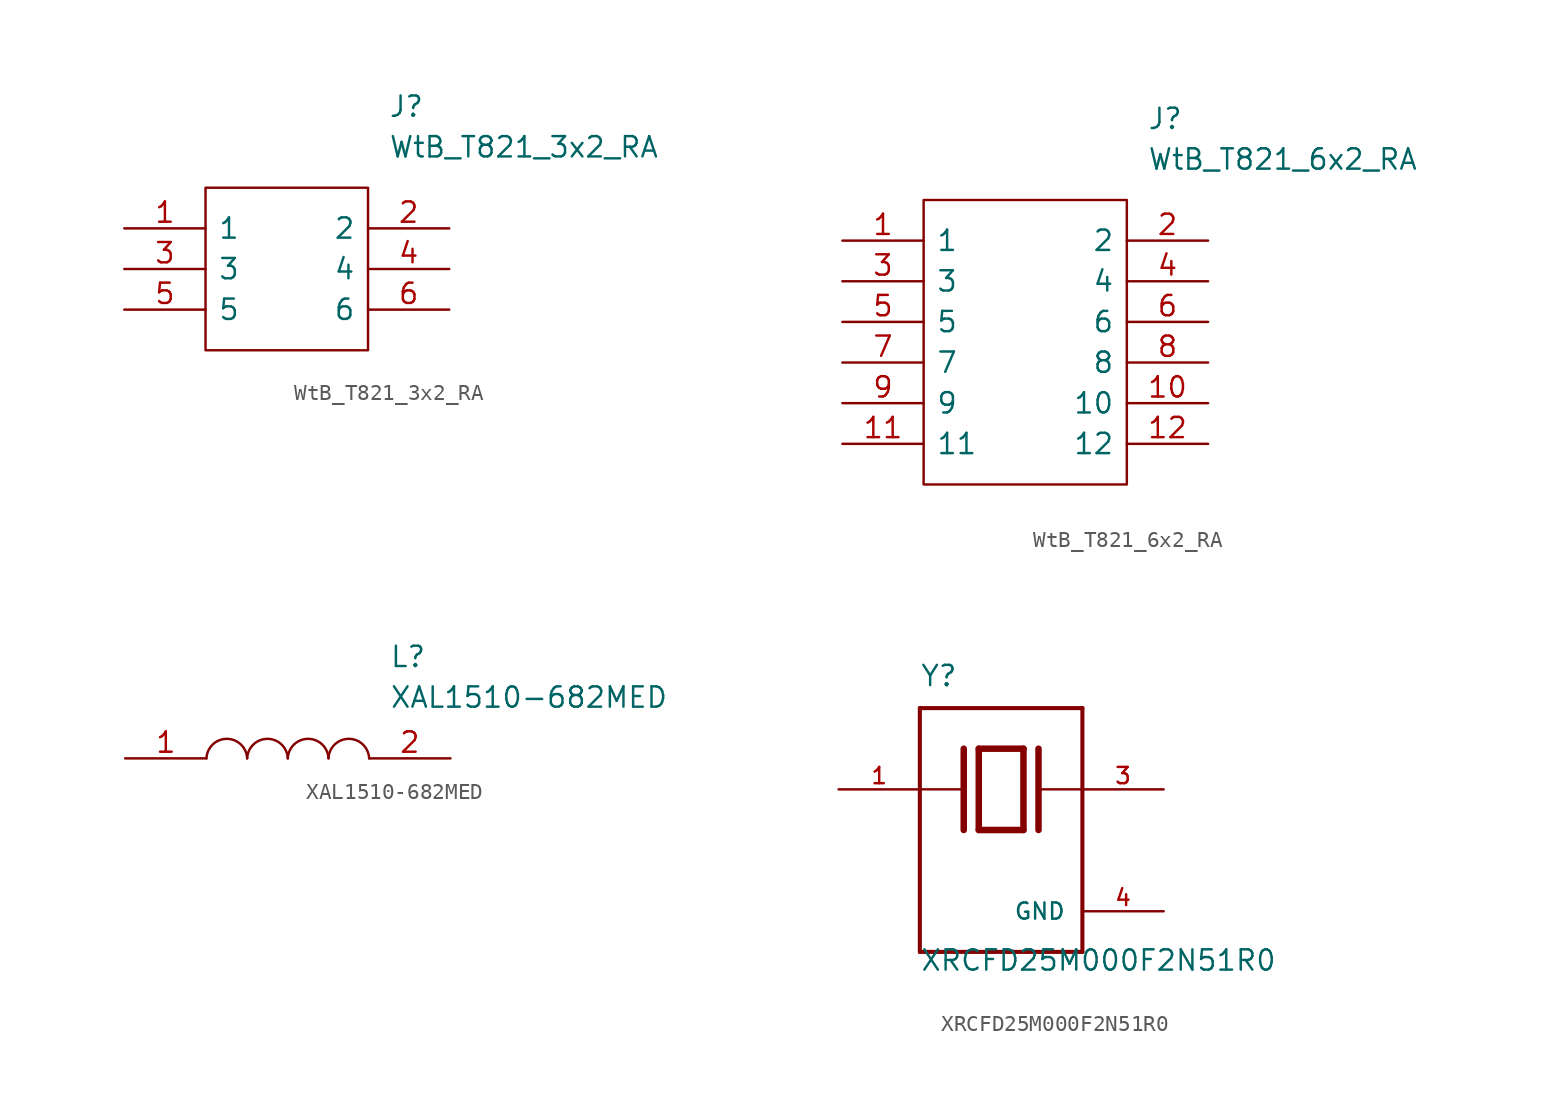
<source format=kicad_sym>
(kicad_symbol_lib
  (version 20220914)
  (generator kicad_symbol_editor)
  (symbol "WtB_T821_3x2_RA"
    (pin_names
      (offset 0.762))
    (property "Reference" "J"
      (at 16.51 7.62 0)
      (effects (font (size 1.27 1.27)) (justify left)))
    (property "Value" "WtB_T821_3x2_RA"
      (at 16.51 5.08 0)
      (effects (font (size 1.27 1.27)) (justify left)))
    (symbol "WtB_T821_3x2_RA_0_0"
      (pin bidirectional line (at 0 0 0) (length 5.08) (name "1" (effects (font (size 1.27 1.27)))) (number "1" (effects (font (size 1.27 1.27)))))
      (pin bidirectional line (at 20.32 0 180) (length 5.08) (name "2" (effects (font (size 1.27 1.27)))) (number "2" (effects (font (size 1.27 1.27)))))
      (pin bidirectional line (at 0 -2.54 0) (length 5.08) (name "3" (effects (font (size 1.27 1.27)))) (number "3" (effects (font (size 1.27 1.27)))))
      (pin bidirectional line (at 20.32 -2.54 180) (length 5.08) (name "4" (effects (font (size 1.27 1.27)))) (number "4" (effects (font (size 1.27 1.27)))))
      (pin bidirectional line (at 0 -5.08 0) (length 5.08) (name "5" (effects (font (size 1.27 1.27)))) (number "5" (effects (font (size 1.27 1.27)))))
      (pin bidirectional line (at 20.32 -5.08 180) (length 5.08) (name "6" (effects (font (size 1.27 1.27)))) (number "6" (effects (font (size 1.27 1.27))))))
    (symbol "WtB_T821_3x2_RA_0_1"
      (polyline (pts (xy 5.08 2.54) (xy 15.24 2.54) (xy 15.24 -7.62) (xy 5.08 -7.62) (xy 5.08 2.54)) (stroke (width 0.152) (type default)) (fill (type none)))))
  (symbol "WtB_T821_6x2_RA"
    (pin_names
      (offset 0.762))
    (property "Reference" "J"
      (at 19.05 7.62 0)
      (effects (font (size 1.27 1.27)) (justify left)))
    (property "Value" "WtB_T821_6x2_RA"
      (at 19.05 5.08 0)
      (effects (font (size 1.27 1.27)) (justify left)))
    (symbol "WtB_T821_6x2_RA_0_0"
      (pin bidirectional line (at 0 0 0) (length 5.08) (name "1" (effects (font (size 1.27 1.27)))) (number "1" (effects (font (size 1.27 1.27)))))
      (pin bidirectional line (at 22.86 -10.16 180) (length 5.08) (name "10" (effects (font (size 1.27 1.27)))) (number "10" (effects (font (size 1.27 1.27)))))
      (pin bidirectional line (at 0 -12.7 0) (length 5.08) (name "11" (effects (font (size 1.27 1.27)))) (number "11" (effects (font (size 1.27 1.27)))))
      (pin bidirectional line (at 22.86 -12.7 180) (length 5.08) (name "12" (effects (font (size 1.27 1.27)))) (number "12" (effects (font (size 1.27 1.27)))))
      (pin bidirectional line (at 22.86 0 180) (length 5.08) (name "2" (effects (font (size 1.27 1.27)))) (number "2" (effects (font (size 1.27 1.27)))))
      (pin bidirectional line (at 0 -2.54 0) (length 5.08) (name "3" (effects (font (size 1.27 1.27)))) (number "3" (effects (font (size 1.27 1.27)))))
      (pin bidirectional line (at 22.86 -2.54 180) (length 5.08) (name "4" (effects (font (size 1.27 1.27)))) (number "4" (effects (font (size 1.27 1.27)))))
      (pin bidirectional line (at 0 -5.08 0) (length 5.08) (name "5" (effects (font (size 1.27 1.27)))) (number "5" (effects (font (size 1.27 1.27)))))
      (pin bidirectional line (at 22.86 -5.08 180) (length 5.08) (name "6" (effects (font (size 1.27 1.27)))) (number "6" (effects (font (size 1.27 1.27)))))
      (pin bidirectional line (at 0 -7.62 0) (length 5.08) (name "7" (effects (font (size 1.27 1.27)))) (number "7" (effects (font (size 1.27 1.27)))))
      (pin bidirectional line (at 22.86 -7.62 180) (length 5.08) (name "8" (effects (font (size 1.27 1.27)))) (number "8" (effects (font (size 1.27 1.27)))))
      (pin bidirectional line (at 0 -10.16 0) (length 5.08) (name "9" (effects (font (size 1.27 1.27)))) (number "9" (effects (font (size 1.27 1.27))))))
    (symbol "WtB_T821_6x2_RA_0_1"
      (polyline (pts (xy 5.08 2.54) (xy 17.78 2.54) (xy 17.78 -15.24) (xy 5.08 -15.24) (xy 5.08 2.54)) (stroke (width 0.152) (type default)) (fill (type none)))))
  (symbol "XAL1510-682MED"
    (pin_names
      (offset 0.762))
    (property "Reference" "L"
      (at 16.51 6.35 0)
      (effects (font (size 1.27 1.27)) (justify left)))
    (property "Value" "XAL1510-682MED"
      (at 16.51 3.81 0)
      (effects (font (size 1.27 1.27)) (justify left)))
    (symbol "XAL1510-682MED_0_0"
      (pin passive line (at 0 0 0) (length 5.08) (name "~" (effects (font (size 1.27 1.27)))) (number "1" (effects (font (size 1.27 1.27)))))
      (pin passive line (at 20.32 0 180) (length 5.08) (name "~" (effects (font (size 1.27 1.27)))) (number "2" (effects (font (size 1.27 1.27))))))
    (symbol "XAL1510-682MED_0_1"
      (arc (start 7.62 0) (mid 6.35 1.2202) (end 5.08 0) (stroke (width 0.1524) (type default)) (fill (type none)))
      (arc (start 10.16 0) (mid 8.89 1.2202) (end 7.62 0) (stroke (width 0.1524) (type default)) (fill (type none)))
      (arc (start 12.7 0) (mid 11.43 1.2202) (end 10.16 0) (stroke (width 0.1524) (type default)) (fill (type none)))
      (arc (start 15.24 0) (mid 13.97 1.2202) (end 12.7 0) (stroke (width 0.1524) (type default)) (fill (type none)))))
  (symbol "XRCFD25M000F2N51R0"
    (pin_names
      (offset 1.016))
    (property "Reference" "Y"
      (at -5.08 8.89 0)
      (effects (font (size 1.27 1.27)) (justify left bottom)))
    (property "Value" "XRCFD25M000F2N51R0"
      (at -5.08 -8.89 0)
      (effects (font (size 1.27 1.27)) (justify left bottom)))
    (property "ki_locked" ""
      (at 0 0 0)
      (effects (font (size 1.27 1.27))))
    (symbol "XRCFD25M000F2N51R0_0_0"
      (polyline (pts (xy -5.08 -7.62) (xy 5.08 -7.62)) (stroke (width 0.254) (type default)) (fill (type none)))
      (polyline (pts (xy -5.08 2.54) (xy -5.08 -7.62)) (stroke (width 0.254) (type default)) (fill (type none)))
      (polyline (pts (xy -5.08 7.62) (xy -5.08 2.54)) (stroke (width 0.254) (type default)) (fill (type none)))
      (polyline (pts (xy -2.54 2.54) (xy -5.08 2.54)) (stroke (width 0.152) (type default)) (fill (type none)))
      (polyline (pts (xy -2.337 5.08) (xy -2.337 0)) (stroke (width 0.406) (type default)) (fill (type none)))
      (polyline (pts (xy -1.397 5.08) (xy -1.397 0)) (stroke (width 0.406) (type default)) (fill (type none)))
      (polyline (pts (xy -1.397 5.08) (xy 1.397 5.08)) (stroke (width 0.406) (type default)) (fill (type none)))
      (polyline (pts (xy 1.397 0) (xy -1.397 0)) (stroke (width 0.406) (type default)) (fill (type none)))
      (polyline (pts (xy 1.397 5.08) (xy 1.397 0)) (stroke (width 0.406) (type default)) (fill (type none)))
      (polyline (pts (xy 2.337 5.08) (xy 2.337 0)) (stroke (width 0.406) (type default)) (fill (type none)))
      (polyline (pts (xy 2.54 2.54) (xy 5.08 2.54)) (stroke (width 0.152) (type default)) (fill (type none)))
      (polyline (pts (xy 5.08 -7.62) (xy 5.08 2.54)) (stroke (width 0.254) (type default)) (fill (type none)))
      (polyline (pts (xy 5.08 2.54) (xy 5.08 7.62)) (stroke (width 0.254) (type default)) (fill (type none)))
      (polyline (pts (xy 5.08 7.62) (xy -5.08 7.62)) (stroke (width 0.254) (type default)) (fill (type none)))
      (pin passive line (at -10.16 2.54 0) (length 5.08) (name "~" (effects (font (size 1.016 1.016)))) (number "1" (effects (font (size 1.016 1.016)))))
      (pin passive line (at 10.16 2.54 180) (length 5.08) (name "~" (effects (font (size 1.016 1.016)))) (number "3" (effects (font (size 1.016 1.016)))))
      (pin power_in line (at 10.16 -5.08 180) (length 5.08) (name "GND" (effects (font (size 1.016 1.016)))) (number "4" (effects (font (size 1.016 1.016))))))))
</source>
